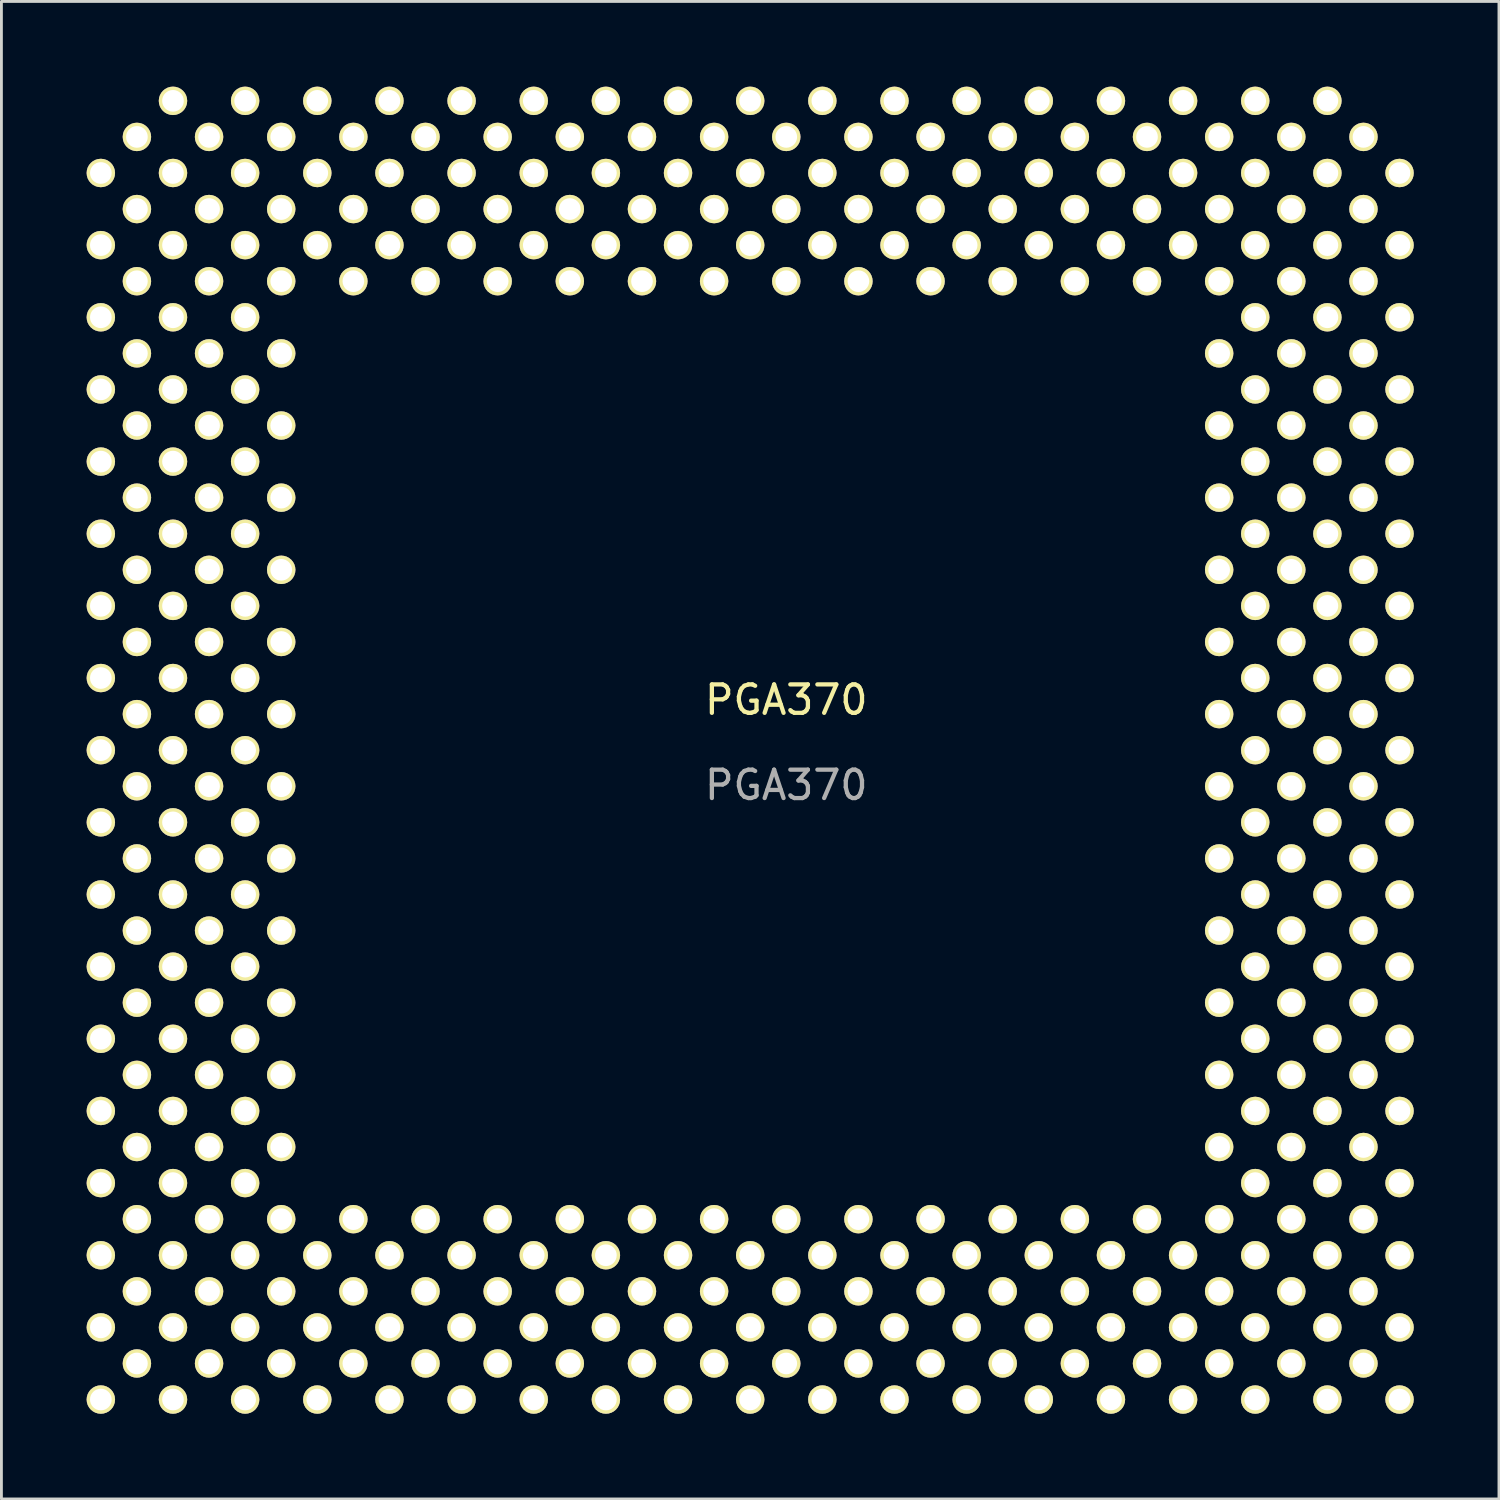
<source format=kicad_pcb>
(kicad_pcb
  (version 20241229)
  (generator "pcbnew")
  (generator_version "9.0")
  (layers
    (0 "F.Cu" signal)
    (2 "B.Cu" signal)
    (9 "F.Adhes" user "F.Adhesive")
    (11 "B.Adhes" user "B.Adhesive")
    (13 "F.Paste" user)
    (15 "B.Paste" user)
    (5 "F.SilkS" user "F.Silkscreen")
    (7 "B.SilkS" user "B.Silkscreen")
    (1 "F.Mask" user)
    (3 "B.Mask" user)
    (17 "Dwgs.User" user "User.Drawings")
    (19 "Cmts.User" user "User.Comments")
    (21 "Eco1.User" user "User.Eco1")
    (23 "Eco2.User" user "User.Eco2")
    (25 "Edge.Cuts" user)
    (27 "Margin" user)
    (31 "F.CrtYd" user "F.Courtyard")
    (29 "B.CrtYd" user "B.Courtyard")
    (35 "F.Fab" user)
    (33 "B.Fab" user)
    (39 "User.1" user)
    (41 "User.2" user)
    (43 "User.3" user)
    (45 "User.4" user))
  (footprint "PGA370"
    (layer "F.Cu")
    (at 24.63 22.09)
    (property "Reference" "PGA370" (at 0 -0.5 0) (unlocked yes) (layer "F.SilkS") (effects (font (size 1 1) (thickness 0.15))))
    (attr through_hole)
    (fp_text user "${REFERENCE}" (at 0 2.5 0) (unlocked yes) (layer "F.Fab") (effects (font (size 1 1) (thickness 0.15))))
    (pad "A3" thru_hole circle (at -24.13 -19.05) (size 1 1) (drill 0.762) (layers "*.Cu" "*.Mask" "F.SilkS"))
    (pad "A5" thru_hole circle (at -24.13 -16.51) (size 1 1) (drill 0.762) (layers "*.Cu" "*.Mask" "F.SilkS"))
    (pad "A7" thru_hole circle (at -24.13 -13.97) (size 1 1) (drill 0.762) (layers "*.Cu" "*.Mask" "F.SilkS"))
    (pad "A9" thru_hole circle (at -24.13 -11.43) (size 1 1) (drill 0.762) (layers "*.Cu" "*.Mask" "F.SilkS"))
    (pad "A11" thru_hole circle (at -24.13 -8.89) (size 1 1) (drill 0.762) (layers "*.Cu" "*.Mask" "F.SilkS"))
    (pad "A13" thru_hole circle (at -24.13 -6.35) (size 1 1) (drill 0.762) (layers "*.Cu" "*.Mask" "F.SilkS"))
    (pad "A15" thru_hole circle (at -24.13 -3.81) (size 1 1) (drill 0.762) (layers "*.Cu" "*.Mask" "F.SilkS"))
    (pad "A17" thru_hole circle (at -24.13 -1.27) (size 1 1) (drill 0.762) (layers "*.Cu" "*.Mask" "F.SilkS"))
    (pad "A19" thru_hole circle (at -24.13 1.27) (size 1 1) (drill 0.762) (layers "*.Cu" "*.Mask" "F.SilkS"))
    (pad "A21" thru_hole circle (at -24.13 3.81) (size 1 1) (drill 0.762) (layers "*.Cu" "*.Mask" "F.SilkS"))
    (pad "A23" thru_hole circle (at -24.13 6.35) (size 1 1) (drill 0.762) (layers "*.Cu" "*.Mask" "F.SilkS"))
    (pad "A25" thru_hole circle (at -24.13 8.89) (size 1 1) (drill 0.762) (layers "*.Cu" "*.Mask" "F.SilkS"))
    (pad "A27" thru_hole circle (at -24.13 11.43) (size 1 1) (drill 0.762) (layers "*.Cu" "*.Mask" "F.SilkS"))
    (pad "A29" thru_hole circle (at -24.13 13.97) (size 1 1) (drill 0.762) (layers "*.Cu" "*.Mask" "F.SilkS"))
    (pad "A31" thru_hole circle (at -24.13 16.51) (size 1 1) (drill 0.762) (layers "*.Cu" "*.Mask" "F.SilkS"))
    (pad "A33" thru_hole circle (at -24.13 19.05) (size 1 1) (drill 0.762) (layers "*.Cu" "*.Mask" "F.SilkS"))
    (pad "A35" thru_hole circle (at -24.13 21.59) (size 1 1) (drill 0.762) (layers "*.Cu" "*.Mask" "F.SilkS"))
    (pad "A37" thru_hole circle (at -24.13 24.13) (size 1 1) (drill 0.762) (layers "*.Cu" "*.Mask" "F.SilkS"))
    (pad "A71" thru_hole circle (at -19.05 21.59) (size 1 1) (drill 0.762) (layers "*.Cu" "*.Mask" "F.SilkS"))
    (pad "AA1" thru_hole circle (at 6.35 -21.59) (size 1 1) (drill 0.762) (layers "*.Cu" "*.Mask" "F.SilkS"))
    (pad "AA3" thru_hole circle (at 6.35 -19.05) (size 1 1) (drill 0.762) (layers "*.Cu" "*.Mask" "F.SilkS"))
    (pad "AA5" thru_hole circle (at 6.35 -16.51) (size 1 1) (drill 0.762) (layers "*.Cu" "*.Mask" "F.SilkS"))
    (pad "AA33" thru_hole circle (at 6.35 19.05) (size 1 1) (drill 0.762) (layers "*.Cu" "*.Mask" "F.SilkS"))
    (pad "AA35" thru_hole circle (at 6.35 21.59) (size 1 1) (drill 0.762) (layers "*.Cu" "*.Mask" "F.SilkS"))
    (pad "AA37" thru_hole circle (at 6.35 24.13) (size 1 1) (drill 0.762) (layers "*.Cu" "*.Mask" "F.SilkS"))
    (pad "AB2" thru_hole circle (at 7.62 -20.32) (size 1 1) (drill 0.762) (layers "*.Cu" "*.Mask" "F.SilkS"))
    (pad "AB4" thru_hole circle (at 7.62 -17.78) (size 1 1) (drill 0.762) (layers "*.Cu" "*.Mask" "F.SilkS"))
    (pad "AB6" thru_hole circle (at 7.62 -15.24) (size 1 1) (drill 0.762) (layers "*.Cu" "*.Mask" "F.SilkS"))
    (pad "AB32" thru_hole circle (at 7.62 17.78) (size 1 1) (drill 0.762) (layers "*.Cu" "*.Mask" "F.SilkS"))
    (pad "AB34" thru_hole circle (at 7.62 20.32) (size 1 1) (drill 0.762) (layers "*.Cu" "*.Mask" "F.SilkS"))
    (pad "AB36" thru_hole circle (at 7.62 22.86) (size 1 1) (drill 0.762) (layers "*.Cu" "*.Mask" "F.SilkS"))
    (pad "AC1" thru_hole circle (at 8.89 -21.59) (size 1 1) (drill 0.762) (layers "*.Cu" "*.Mask" "F.SilkS"))
    (pad "AC3" thru_hole circle (at 8.89 -19.05) (size 1 1) (drill 0.762) (layers "*.Cu" "*.Mask" "F.SilkS"))
    (pad "AC5" thru_hole circle (at 8.89 -16.51) (size 1 1) (drill 0.762) (layers "*.Cu" "*.Mask" "F.SilkS"))
    (pad "AC33" thru_hole circle (at 8.89 19.05) (size 1 1) (drill 0.762) (layers "*.Cu" "*.Mask" "F.SilkS"))
    (pad "AC35" thru_hole circle (at 8.89 21.59) (size 1 1) (drill 0.762) (layers "*.Cu" "*.Mask" "F.SilkS"))
    (pad "AC37" thru_hole circle (at 8.89 24.13) (size 1 1) (drill 0.762) (layers "*.Cu" "*.Mask" "F.SilkS"))
    (pad "AD2" thru_hole circle (at 10.16 -20.32) (size 1 1) (drill 0.762) (layers "*.Cu" "*.Mask" "F.SilkS"))
    (pad "AD4" thru_hole circle (at 10.16 -17.78) (size 1 1) (drill 0.762) (layers "*.Cu" "*.Mask" "F.SilkS"))
    (pad "AD6" thru_hole circle (at 10.16 -15.24) (size 1 1) (drill 0.762) (layers "*.Cu" "*.Mask" "F.SilkS"))
    (pad "AD32" thru_hole circle (at 10.16 17.78) (size 1 1) (drill 0.762) (layers "*.Cu" "*.Mask" "F.SilkS"))
    (pad "AD34" thru_hole circle (at 10.16 20.32) (size 1 1) (drill 0.762) (layers "*.Cu" "*.Mask" "F.SilkS"))
    (pad "AD36" thru_hole circle (at 10.16 22.86) (size 1 1) (drill 0.762) (layers "*.Cu" "*.Mask" "F.SilkS"))
    (pad "AE1" thru_hole circle (at 11.43 -21.59) (size 1 1) (drill 0.762) (layers "*.Cu" "*.Mask" "F.SilkS"))
    (pad "AE3" thru_hole circle (at 11.43 -19.05) (size 1 1) (drill 0.762) (layers "*.Cu" "*.Mask" "F.SilkS"))
    (pad "AE5" thru_hole circle (at 11.43 -16.51) (size 1 1) (drill 0.762) (layers "*.Cu" "*.Mask" "F.SilkS"))
    (pad "AE33" thru_hole circle (at 11.43 19.05) (size 1 1) (drill 0.762) (layers "*.Cu" "*.Mask" "F.SilkS"))
    (pad "AE34" thru_hole circle (at 11.43 21.59) (size 1 1) (drill 0.762) (layers "*.Cu" "*.Mask" "F.SilkS"))
    (pad "AE36" thru_hole circle (at 11.43 24.13) (size 1 1) (drill 0.762) (layers "*.Cu" "*.Mask" "F.SilkS"))
    (pad "AF2" thru_hole circle (at 12.7 -20.32) (size 1 1) (drill 0.762) (layers "*.Cu" "*.Mask" "F.SilkS"))
    (pad "AF4" thru_hole circle (at 12.7 -17.78) (size 1 1) (drill 0.762) (layers "*.Cu" "*.Mask" "F.SilkS"))
    (pad "AF6" thru_hole circle (at 12.7 -15.24) (size 1 1) (drill 0.762) (layers "*.Cu" "*.Mask" "F.SilkS"))
    (pad "AF32" thru_hole circle (at 12.7 17.78) (size 1 1) (drill 0.762) (layers "*.Cu" "*.Mask" "F.SilkS"))
    (pad "AF34" thru_hole circle (at 12.7 20.32) (size 1 1) (drill 0.762) (layers "*.Cu" "*.Mask" "F.SilkS"))
    (pad "AF36" thru_hole circle (at 12.7 22.86) (size 1 1) (drill 0.762) (layers "*.Cu" "*.Mask" "F.SilkS"))
    (pad "AG1" thru_hole circle (at 13.97 -21.59) (size 1 1) (drill 0.762) (layers "*.Cu" "*.Mask" "F.SilkS"))
    (pad "AG3" thru_hole circle (at 13.97 -19.05) (size 1 1) (drill 0.762) (layers "*.Cu" "*.Mask" "F.SilkS"))
    (pad "AG5" thru_hole circle (at 13.97 -16.51) (size 1 1) (drill 0.762) (layers "*.Cu" "*.Mask" "F.SilkS"))
    (pad "AG33" thru_hole circle (at 13.97 19.05) (size 1 1) (drill 0.762) (layers "*.Cu" "*.Mask" "F.SilkS"))
    (pad "AG35" thru_hole circle (at 13.97 21.59) (size 1 1) (drill 0.762) (layers "*.Cu" "*.Mask" "F.SilkS"))
    (pad "AG37" thru_hole circle (at 13.97 24.13) (size 1 1) (drill 0.762) (layers "*.Cu" "*.Mask" "F.SilkS"))
    (pad "AH2" thru_hole circle (at 15.24 -20.32) (size 1 1) (drill 0.762) (layers "*.Cu" "*.Mask" "F.SilkS"))
    (pad "AH4" thru_hole circle (at 15.24 -17.78) (size 1 1) (drill 0.762) (layers "*.Cu" "*.Mask" "F.SilkS"))
    (pad "AH6" thru_hole circle (at 15.24 -15.24) (size 1 1) (drill 0.762) (layers "*.Cu" "*.Mask" "F.SilkS"))
    (pad "AH8" thru_hole circle (at 15.24 -12.7) (size 1 1) (drill 0.762) (layers "*.Cu" "*.Mask" "F.SilkS"))
    (pad "AH10" thru_hole circle (at 15.24 -10.16) (size 1 1) (drill 0.762) (layers "*.Cu" "*.Mask" "F.SilkS"))
    (pad "AH12" thru_hole circle (at 15.24 -7.62) (size 1 1) (drill 0.762) (layers "*.Cu" "*.Mask" "F.SilkS"))
    (pad "AH14" thru_hole circle (at 15.24 -5.08) (size 1 1) (drill 0.762) (layers "*.Cu" "*.Mask" "F.SilkS"))
    (pad "AH16" thru_hole circle (at 15.24 -2.54) (size 1 1) (drill 0.762) (layers "*.Cu" "*.Mask" "F.SilkS"))
    (pad "AH18" thru_hole circle (at 15.24 0) (size 1 1) (drill 0.762) (layers "*.Cu" "*.Mask" "F.SilkS"))
    (pad "AH20" thru_hole circle (at 15.24 2.54) (size 1 1) (drill 0.762) (layers "*.Cu" "*.Mask" "F.SilkS"))
    (pad "AH22" thru_hole circle (at 15.24 5.08) (size 1 1) (drill 0.762) (layers "*.Cu" "*.Mask" "F.SilkS"))
    (pad "AH24" thru_hole circle (at 15.24 7.62) (size 1 1) (drill 0.762) (layers "*.Cu" "*.Mask" "F.SilkS"))
    (pad "AH26" thru_hole circle (at 15.24 10.16) (size 1 1) (drill 0.762) (layers "*.Cu" "*.Mask" "F.SilkS"))
    (pad "AH28" thru_hole circle (at 15.24 12.7) (size 1 1) (drill 0.762) (layers "*.Cu" "*.Mask" "F.SilkS"))
    (pad "AH30" thru_hole circle (at 15.24 15.24) (size 1 1) (drill 0.762) (layers "*.Cu" "*.Mask" "F.SilkS"))
    (pad "AH32" thru_hole circle (at 15.24 17.78) (size 1 1) (drill 0.762) (layers "*.Cu" "*.Mask" "F.SilkS"))
    (pad "AH34" thru_hole circle (at 15.24 20.32) (size 1 1) (drill 0.762) (layers "*.Cu" "*.Mask" "F.SilkS"))
    (pad "AH36" thru_hole circle (at 15.24 22.86) (size 1 1) (drill 0.762) (layers "*.Cu" "*.Mask" "F.SilkS"))
    (pad "AJ1" thru_hole circle (at 16.51 -21.59) (size 1 1) (drill 0.762) (layers "*.Cu" "*.Mask" "F.SilkS"))
    (pad "AJ3" thru_hole circle (at 16.51 -19.05) (size 1 1) (drill 0.762) (layers "*.Cu" "*.Mask" "F.SilkS"))
    (pad "AJ5" thru_hole circle (at 16.51 -16.51) (size 1 1) (drill 0.762) (layers "*.Cu" "*.Mask" "F.SilkS"))
    (pad "AJ7" thru_hole circle (at 16.51 -13.97) (size 1 1) (drill 0.762) (layers "*.Cu" "*.Mask" "F.SilkS"))
    (pad "AJ9" thru_hole circle (at 16.51 -11.43) (size 1 1) (drill 0.762) (layers "*.Cu" "*.Mask" "F.SilkS"))
    (pad "AJ11" thru_hole circle (at 16.51 -8.89) (size 1 1) (drill 0.762) (layers "*.Cu" "*.Mask" "F.SilkS"))
    (pad "AJ13" thru_hole circle (at 16.51 -6.35) (size 1 1) (drill 0.762) (layers "*.Cu" "*.Mask" "F.SilkS"))
    (pad "AJ15" thru_hole circle (at 16.51 -3.81) (size 1 1) (drill 0.762) (layers "*.Cu" "*.Mask" "F.SilkS"))
    (pad "AJ17" thru_hole circle (at 16.51 -1.27) (size 1 1) (drill 0.762) (layers "*.Cu" "*.Mask" "F.SilkS"))
    (pad "AJ19" thru_hole circle (at 16.51 1.27) (size 1 1) (drill 0.762) (layers "*.Cu" "*.Mask" "F.SilkS"))
    (pad "AJ21" thru_hole circle (at 16.51 3.81) (size 1 1) (drill 0.762) (layers "*.Cu" "*.Mask" "F.SilkS"))
    (pad "AJ23" thru_hole circle (at 16.51 6.35) (size 1 1) (drill 0.762) (layers "*.Cu" "*.Mask" "F.SilkS"))
    (pad "AJ25" thru_hole circle (at 16.51 8.89) (size 1 1) (drill 0.762) (layers "*.Cu" "*.Mask" "F.SilkS"))
    (pad "AJ27" thru_hole circle (at 16.51 11.43) (size 1 1) (drill 0.762) (layers "*.Cu" "*.Mask" "F.SilkS"))
    (pad "AJ29" thru_hole circle (at 16.51 13.97) (size 1 1) (drill 0.762) (layers "*.Cu" "*.Mask" "F.SilkS"))
    (pad "AJ31" thru_hole circle (at 16.51 16.51) (size 1 1) (drill 0.762) (layers "*.Cu" "*.Mask" "F.SilkS"))
    (pad "AJ33" thru_hole circle (at 16.51 19.05) (size 1 1) (drill 0.762) (layers "*.Cu" "*.Mask" "F.SilkS"))
    (pad "AJ35" thru_hole circle (at 16.51 21.59) (size 1 1) (drill 0.762) (layers "*.Cu" "*.Mask" "F.SilkS"))
    (pad "AJ37" thru_hole circle (at 16.51 24.13) (size 1 1) (drill 0.762) (layers "*.Cu" "*.Mask" "F.SilkS"))
    (pad "AK2" thru_hole circle (at 17.78 -20.32) (size 1 1) (drill 0.762) (layers "*.Cu" "*.Mask" "F.SilkS"))
    (pad "AK4" thru_hole circle (at 17.78 -17.78) (size 1 1) (drill 0.762) (layers "*.Cu" "*.Mask" "F.SilkS"))
    (pad "AK6" thru_hole circle (at 17.78 -15.24) (size 1 1) (drill 0.762) (layers "*.Cu" "*.Mask" "F.SilkS"))
    (pad "AK8" thru_hole circle (at 17.78 -12.7) (size 1 1) (drill 0.762) (layers "*.Cu" "*.Mask" "F.SilkS"))
    (pad "AK10" thru_hole circle (at 17.78 -10.16) (size 1 1) (drill 0.762) (layers "*.Cu" "*.Mask" "F.SilkS"))
    (pad "AK12" thru_hole circle (at 17.78 -7.62) (size 1 1) (drill 0.762) (layers "*.Cu" "*.Mask" "F.SilkS"))
    (pad "AK14" thru_hole circle (at 17.78 -5.08) (size 1 1) (drill 0.762) (layers "*.Cu" "*.Mask" "F.SilkS"))
    (pad "AK16" thru_hole circle (at 17.78 -2.54) (size 1 1) (drill 0.762) (layers "*.Cu" "*.Mask" "F.SilkS"))
    (pad "AK18" thru_hole circle (at 17.78 0) (size 1 1) (drill 0.762) (layers "*.Cu" "*.Mask" "F.SilkS"))
    (pad "AK20" thru_hole circle (at 17.78 2.54) (size 1 1) (drill 0.762) (layers "*.Cu" "*.Mask" "F.SilkS"))
    (pad "AK22" thru_hole circle (at 17.78 5.08) (size 1 1) (drill 0.762) (layers "*.Cu" "*.Mask" "F.SilkS"))
    (pad "AK24" thru_hole circle (at 17.78 7.62) (size 1 1) (drill 0.762) (layers "*.Cu" "*.Mask" "F.SilkS"))
    (pad "AK26" thru_hole circle (at 17.78 10.16) (size 1 1) (drill 0.762) (layers "*.Cu" "*.Mask" "F.SilkS"))
    (pad "AK28" thru_hole circle (at 17.78 12.7) (size 1 1) (drill 0.762) (layers "*.Cu" "*.Mask" "F.SilkS"))
    (pad "AK30" thru_hole circle (at 17.78 15.24) (size 1 1) (drill 0.762) (layers "*.Cu" "*.Mask" "F.SilkS"))
    (pad "AK32" thru_hole circle (at 17.78 17.78) (size 1 1) (drill 0.762) (layers "*.Cu" "*.Mask" "F.SilkS"))
    (pad "AK34" thru_hole circle (at 17.78 20.32) (size 1 1) (drill 0.762) (layers "*.Cu" "*.Mask" "F.SilkS"))
    (pad "AK36" thru_hole circle (at 17.78 22.86) (size 1 1) (drill 0.762) (layers "*.Cu" "*.Mask" "F.SilkS"))
    (pad "AL1" thru_hole circle (at 19.05 -21.59) (size 1 1) (drill 0.762) (layers "*.Cu" "*.Mask" "F.SilkS"))
    (pad "AL3" thru_hole circle (at 19.05 -19.05) (size 1 1) (drill 0.762) (layers "*.Cu" "*.Mask" "F.SilkS"))
    (pad "AL5" thru_hole circle (at 19.05 -16.51) (size 1 1) (drill 0.762) (layers "*.Cu" "*.Mask" "F.SilkS"))
    (pad "AL7" thru_hole circle (at 19.05 -13.97) (size 1 1) (drill 0.762) (layers "*.Cu" "*.Mask" "F.SilkS"))
    (pad "AL9" thru_hole circle (at 19.05 -11.43) (size 1 1) (drill 0.762) (layers "*.Cu" "*.Mask" "F.SilkS"))
    (pad "AL11" thru_hole circle (at 19.05 -8.89) (size 1 1) (drill 0.762) (layers "*.Cu" "*.Mask" "F.SilkS"))
    (pad "AL13" thru_hole circle (at 19.05 -6.35) (size 1 1) (drill 0.762) (layers "*.Cu" "*.Mask" "F.SilkS"))
    (pad "AL15" thru_hole circle (at 19.05 -3.81) (size 1 1) (drill 0.762) (layers "*.Cu" "*.Mask" "F.SilkS"))
    (pad "AL17" thru_hole circle (at 19.05 -1.27) (size 1 1) (drill 0.762) (layers "*.Cu" "*.Mask" "F.SilkS"))
    (pad "AL19" thru_hole circle (at 19.05 1.27) (size 1 1) (drill 0.762) (layers "*.Cu" "*.Mask" "F.SilkS"))
    (pad "AL21" thru_hole circle (at 19.05 3.81) (size 1 1) (drill 0.762) (layers "*.Cu" "*.Mask" "F.SilkS"))
    (pad "AL23" thru_hole circle (at 19.05 6.35) (size 1 1) (drill 0.762) (layers "*.Cu" "*.Mask" "F.SilkS"))
    (pad "AL25" thru_hole circle (at 19.05 8.89) (size 1 1) (drill 0.762) (layers "*.Cu" "*.Mask" "F.SilkS"))
    (pad "AL27" thru_hole circle (at 19.05 11.43) (size 1 1) (drill 0.762) (layers "*.Cu" "*.Mask" "F.SilkS"))
    (pad "AL29" thru_hole circle (at 19.05 13.97) (size 1 1) (drill 0.762) (layers "*.Cu" "*.Mask" "F.SilkS"))
    (pad "AL31" thru_hole circle (at 19.05 16.51) (size 1 1) (drill 0.762) (layers "*.Cu" "*.Mask" "F.SilkS"))
    (pad "AL33" thru_hole circle (at 19.05 19.05) (size 1 1) (drill 0.762) (layers "*.Cu" "*.Mask" "F.SilkS"))
    (pad "AL35" thru_hole circle (at 19.05 21.59) (size 1 1) (drill 0.762) (layers "*.Cu" "*.Mask" "F.SilkS"))
    (pad "AL37" thru_hole circle (at 19.05 24.13) (size 1 1) (drill 0.762) (layers "*.Cu" "*.Mask" "F.SilkS"))
    (pad "AM2" thru_hole circle (at 20.32 -20.32) (size 1 1) (drill 0.762) (layers "*.Cu" "*.Mask" "F.SilkS"))
    (pad "AM4" thru_hole circle (at 20.32 -17.78) (size 1 1) (drill 0.762) (layers "*.Cu" "*.Mask" "F.SilkS"))
    (pad "AM6" thru_hole circle (at 20.32 -15.24) (size 1 1) (drill 0.762) (layers "*.Cu" "*.Mask" "F.SilkS"))
    (pad "AM8" thru_hole circle (at 20.32 -12.7) (size 1 1) (drill 0.762) (layers "*.Cu" "*.Mask" "F.SilkS"))
    (pad "AM10" thru_hole circle (at 20.32 -10.16) (size 1 1) (drill 0.762) (layers "*.Cu" "*.Mask" "F.SilkS"))
    (pad "AM12" thru_hole circle (at 20.32 -7.62) (size 1 1) (drill 0.762) (layers "*.Cu" "*.Mask" "F.SilkS"))
    (pad "AM14" thru_hole circle (at 20.32 -5.08) (size 1 1) (drill 0.762) (layers "*.Cu" "*.Mask" "F.SilkS"))
    (pad "AM16" thru_hole circle (at 20.32 -2.54) (size 1 1) (drill 0.762) (layers "*.Cu" "*.Mask" "F.SilkS"))
    (pad "AM18" thru_hole circle (at 20.32 0) (size 1 1) (drill 0.762) (layers "*.Cu" "*.Mask" "F.SilkS"))
    (pad "AM20" thru_hole circle (at 20.32 2.54) (size 1 1) (drill 0.762) (layers "*.Cu" "*.Mask" "F.SilkS"))
    (pad "AM22" thru_hole circle (at 20.32 5.08) (size 1 1) (drill 0.762) (layers "*.Cu" "*.Mask" "F.SilkS"))
    (pad "AM24" thru_hole circle (at 20.32 7.62) (size 1 1) (drill 0.762) (layers "*.Cu" "*.Mask" "F.SilkS"))
    (pad "AM26" thru_hole circle (at 20.32 10.16) (size 1 1) (drill 0.762) (layers "*.Cu" "*.Mask" "F.SilkS"))
    (pad "AM28" thru_hole circle (at 20.32 12.7) (size 1 1) (drill 0.762) (layers "*.Cu" "*.Mask" "F.SilkS"))
    (pad "AM30" thru_hole circle (at 20.32 15.24) (size 1 1) (drill 0.762) (layers "*.Cu" "*.Mask" "F.SilkS"))
    (pad "AM32" thru_hole circle (at 20.32 17.78) (size 1 1) (drill 0.762) (layers "*.Cu" "*.Mask" "F.SilkS"))
    (pad "AM34" thru_hole circle (at 20.32 20.32) (size 1 1) (drill 0.762) (layers "*.Cu" "*.Mask" "F.SilkS"))
    (pad "AM36" thru_hole circle (at 20.32 22.86) (size 1 1) (drill 0.762) (layers "*.Cu" "*.Mask" "F.SilkS"))
    (pad "AN3" thru_hole circle (at 21.59 -19.05) (size 1 1) (drill 0.762) (layers "*.Cu" "*.Mask" "F.SilkS"))
    (pad "AN5" thru_hole circle (at 21.59 -16.51) (size 1 1) (drill 0.762) (layers "*.Cu" "*.Mask" "F.SilkS"))
    (pad "AN7" thru_hole circle (at 21.59 -13.97) (size 1 1) (drill 0.762) (layers "*.Cu" "*.Mask" "F.SilkS"))
    (pad "AN9" thru_hole circle (at 21.59 -11.43) (size 1 1) (drill 0.762) (layers "*.Cu" "*.Mask" "F.SilkS"))
    (pad "AN11" thru_hole circle (at 21.59 -8.89) (size 1 1) (drill 0.762) (layers "*.Cu" "*.Mask" "F.SilkS"))
    (pad "AN13" thru_hole circle (at 21.59 -6.35) (size 1 1) (drill 0.762) (layers "*.Cu" "*.Mask" "F.SilkS"))
    (pad "AN15" thru_hole circle (at 21.59 -3.81) (size 1 1) (drill 0.762) (layers "*.Cu" "*.Mask" "F.SilkS"))
    (pad "AN17" thru_hole circle (at 21.59 -1.27) (size 1 1) (drill 0.762) (layers "*.Cu" "*.Mask" "F.SilkS"))
    (pad "AN19" thru_hole circle (at 21.59 1.27) (size 1 1) (drill 0.762) (layers "*.Cu" "*.Mask" "F.SilkS"))
    (pad "AN21" thru_hole circle (at 21.59 3.81) (size 1 1) (drill 0.762) (layers "*.Cu" "*.Mask" "F.SilkS"))
    (pad "AN23" thru_hole circle (at 21.59 6.35) (size 1 1) (drill 0.762) (layers "*.Cu" "*.Mask" "F.SilkS"))
    (pad "AN25" thru_hole circle (at 21.59 8.89) (size 1 1) (drill 0.762) (layers "*.Cu" "*.Mask" "F.SilkS"))
    (pad "AN27" thru_hole circle (at 21.59 11.43) (size 1 1) (drill 0.762) (layers "*.Cu" "*.Mask" "F.SilkS"))
    (pad "AN29" thru_hole circle (at 21.59 13.97) (size 1 1) (drill 0.762) (layers "*.Cu" "*.Mask" "F.SilkS"))
    (pad "AN31" thru_hole circle (at 21.59 16.51) (size 1 1) (drill 0.762) (layers "*.Cu" "*.Mask" "F.SilkS"))
    (pad "AN33" thru_hole circle (at 21.59 19.05) (size 1 1) (drill 0.762) (layers "*.Cu" "*.Mask" "F.SilkS"))
    (pad "AN35" thru_hole circle (at 21.59 21.59) (size 1 1) (drill 0.762) (layers "*.Cu" "*.Mask" "F.SilkS"))
    (pad "AN37" thru_hole circle (at 21.59 24.13) (size 1 1) (drill 0.762) (layers "*.Cu" "*.Mask" "F.SilkS"))
    (pad "B2" thru_hole circle (at -22.86 -20.32) (size 1 1) (drill 0.762) (layers "*.Cu" "*.Mask" "F.SilkS"))
    (pad "B4" thru_hole circle (at -22.86 -17.78) (size 1 1) (drill 0.762) (layers "*.Cu" "*.Mask" "F.SilkS"))
    (pad "B6" thru_hole circle (at -22.86 -15.24) (size 1 1) (drill 0.762) (layers "*.Cu" "*.Mask" "F.SilkS"))
    (pad "B8" thru_hole circle (at -22.86 -12.7) (size 1 1) (drill 0.762) (layers "*.Cu" "*.Mask" "F.SilkS"))
    (pad "B10" thru_hole circle (at -22.86 -10.16) (size 1 1) (drill 0.762) (layers "*.Cu" "*.Mask" "F.SilkS"))
    (pad "B12" thru_hole circle (at -22.86 -7.62) (size 1 1) (drill 0.762) (layers "*.Cu" "*.Mask" "F.SilkS"))
    (pad "B14" thru_hole circle (at -22.86 -5.08) (size 1 1) (drill 0.762) (layers "*.Cu" "*.Mask" "F.SilkS"))
    (pad "B16" thru_hole circle (at -22.86 -2.54) (size 1 1) (drill 0.762) (layers "*.Cu" "*.Mask" "F.SilkS"))
    (pad "B18" thru_hole circle (at -22.86 0) (size 1 1) (drill 0.762) (layers "*.Cu" "*.Mask" "F.SilkS"))
    (pad "B20" thru_hole circle (at -22.86 2.54) (size 1 1) (drill 0.762) (layers "*.Cu" "*.Mask" "F.SilkS"))
    (pad "B22" thru_hole circle (at -22.86 5.08) (size 1 1) (drill 0.762) (layers "*.Cu" "*.Mask" "F.SilkS"))
    (pad "B24" thru_hole circle (at -22.86 7.62) (size 1 1) (drill 0.762) (layers "*.Cu" "*.Mask" "F.SilkS"))
    (pad "B26" thru_hole circle (at -22.86 10.16) (size 1 1) (drill 0.762) (layers "*.Cu" "*.Mask" "F.SilkS"))
    (pad "B28" thru_hole circle (at -22.86 12.7) (size 1 1) (drill 0.762) (layers "*.Cu" "*.Mask" "F.SilkS"))
    (pad "B30" thru_hole circle (at -22.86 15.24) (size 1 1) (drill 0.762) (layers "*.Cu" "*.Mask" "F.SilkS"))
    (pad "B32" thru_hole circle (at -22.86 17.78) (size 1 1) (drill 0.762) (layers "*.Cu" "*.Mask" "F.SilkS"))
    (pad "B34" thru_hole circle (at -22.86 20.32) (size 1 1) (drill 0.762) (layers "*.Cu" "*.Mask" "F.SilkS"))
    (pad "B36" thru_hole circle (at -22.86 22.86) (size 1 1) (drill 0.762) (layers "*.Cu" "*.Mask" "F.SilkS"))
    (pad "C1" thru_hole circle (at -21.59 -21.59) (size 1 1) (drill 0.762) (layers "*.Cu" "*.Mask" "F.SilkS"))
    (pad "C3" thru_hole circle (at -21.59 -19.05) (size 1 1) (drill 0.762) (layers "*.Cu" "*.Mask" "F.SilkS"))
    (pad "C5" thru_hole circle (at -21.59 -16.51) (size 1 1) (drill 0.762) (layers "*.Cu" "*.Mask" "F.SilkS"))
    (pad "C7" thru_hole circle (at -21.59 -13.97) (size 1 1) (drill 0.762) (layers "*.Cu" "*.Mask" "F.SilkS"))
    (pad "C9" thru_hole circle (at -21.59 -11.43) (size 1 1) (drill 0.762) (layers "*.Cu" "*.Mask" "F.SilkS"))
    (pad "C11" thru_hole circle (at -21.59 -8.89) (size 1 1) (drill 0.762) (layers "*.Cu" "*.Mask" "F.SilkS"))
    (pad "C13" thru_hole circle (at -21.59 -6.35) (size 1 1) (drill 0.762) (layers "*.Cu" "*.Mask" "F.SilkS"))
    (pad "C15" thru_hole circle (at -21.59 -3.81) (size 1 1) (drill 0.762) (layers "*.Cu" "*.Mask" "F.SilkS"))
    (pad "C17" thru_hole circle (at -21.59 -1.27) (size 1 1) (drill 0.762) (layers "*.Cu" "*.Mask" "F.SilkS"))
    (pad "C19" thru_hole circle (at -21.59 1.27) (size 1 1) (drill 0.762) (layers "*.Cu" "*.Mask" "F.SilkS"))
    (pad "C21" thru_hole circle (at -21.59 3.81) (size 1 1) (drill 0.762) (layers "*.Cu" "*.Mask" "F.SilkS"))
    (pad "C23" thru_hole circle (at -21.59 6.35) (size 1 1) (drill 0.762) (layers "*.Cu" "*.Mask" "F.SilkS"))
    (pad "C25" thru_hole circle (at -21.59 8.89) (size 1 1) (drill 0.762) (layers "*.Cu" "*.Mask" "F.SilkS"))
    (pad "C27" thru_hole circle (at -21.59 11.43) (size 1 1) (drill 0.762) (layers "*.Cu" "*.Mask" "F.SilkS"))
    (pad "C29" thru_hole circle (at -21.59 13.97) (size 1 1) (drill 0.762) (layers "*.Cu" "*.Mask" "F.SilkS"))
    (pad "C31" thru_hole circle (at -21.59 16.51) (size 1 1) (drill 0.762) (layers "*.Cu" "*.Mask" "F.SilkS"))
    (pad "C33" thru_hole circle (at -21.59 19.05) (size 1 1) (drill 0.762) (layers "*.Cu" "*.Mask" "F.SilkS"))
    (pad "C35" thru_hole circle (at -21.59 21.59) (size 1 1) (drill 0.762) (layers "*.Cu" "*.Mask" "F.SilkS"))
    (pad "C37" thru_hole circle (at -21.59 24.13) (size 1 1) (drill 0.762) (layers "*.Cu" "*.Mask" "F.SilkS"))
    (pad "D2" thru_hole circle (at -20.32 -20.32) (size 1 1) (drill 0.762) (layers "*.Cu" "*.Mask" "F.SilkS"))
    (pad "D4" thru_hole circle (at -20.32 -17.78) (size 1 1) (drill 0.762) (layers "*.Cu" "*.Mask" "F.SilkS"))
    (pad "D6" thru_hole circle (at -20.32 -15.24) (size 1 1) (drill 0.762) (layers "*.Cu" "*.Mask" "F.SilkS"))
    (pad "D8" thru_hole circle (at -20.32 -12.7) (size 1 1) (drill 0.762) (layers "*.Cu" "*.Mask" "F.SilkS"))
    (pad "D10" thru_hole circle (at -20.32 -10.16) (size 1 1) (drill 0.762) (layers "*.Cu" "*.Mask" "F.SilkS"))
    (pad "D12" thru_hole circle (at -20.32 -7.62) (size 1 1) (drill 0.762) (layers "*.Cu" "*.Mask" "F.SilkS"))
    (pad "D14" thru_hole circle (at -20.32 -5.08) (size 1 1) (drill 0.762) (layers "*.Cu" "*.Mask" "F.SilkS"))
    (pad "D16" thru_hole circle (at -20.32 -2.54) (size 1 1) (drill 0.762) (layers "*.Cu" "*.Mask" "F.SilkS"))
    (pad "D18" thru_hole circle (at -20.32 0) (size 1 1) (drill 0.762) (layers "*.Cu" "*.Mask" "F.SilkS"))
    (pad "D20" thru_hole circle (at -20.32 2.54) (size 1 1) (drill 0.762) (layers "*.Cu" "*.Mask" "F.SilkS"))
    (pad "D22" thru_hole circle (at -20.32 5.08) (size 1 1) (drill 0.762) (layers "*.Cu" "*.Mask" "F.SilkS"))
    (pad "D24" thru_hole circle (at -20.32 7.62) (size 1 1) (drill 0.762) (layers "*.Cu" "*.Mask" "F.SilkS"))
    (pad "D25" thru_hole circle (at -19.05 8.89) (size 1 1) (drill 0.762) (layers "*.Cu" "*.Mask" "F.SilkS"))
    (pad "D26" thru_hole circle (at -20.32 10.16) (size 1 1) (drill 0.762) (layers "*.Cu" "*.Mask" "F.SilkS"))
    (pad "D27" thru_hole circle (at -19.05 11.43) (size 1 1) (drill 0.762) (layers "*.Cu" "*.Mask" "F.SilkS"))
    (pad "D28" thru_hole circle (at -20.32 12.7) (size 1 1) (drill 0.762) (layers "*.Cu" "*.Mask" "F.SilkS"))
    (pad "D29" thru_hole circle (at -19.05 13.97) (size 1 1) (drill 0.762) (layers "*.Cu" "*.Mask" "F.SilkS"))
    (pad "D30" thru_hole circle (at -20.32 15.24) (size 1 1) (drill 0.762) (layers "*.Cu" "*.Mask" "F.SilkS"))
    (pad "D31" thru_hole circle (at -19.05 16.51) (size 1 1) (drill 0.762) (layers "*.Cu" "*.Mask" "F.SilkS"))
    (pad "D32" thru_hole circle (at -20.32 17.78) (size 1 1) (drill 0.762) (layers "*.Cu" "*.Mask" "F.SilkS"))
    (pad "D33" thru_hole circle (at -19.05 19.05) (size 1 1) (drill 0.762) (layers "*.Cu" "*.Mask" "F.SilkS"))
    (pad "D34" thru_hole circle (at -20.32 20.32) (size 1 1) (drill 0.762) (layers "*.Cu" "*.Mask" "F.SilkS"))
    (pad "D36" thru_hole circle (at -20.32 22.86) (size 1 1) (drill 0.762) (layers "*.Cu" "*.Mask" "F.SilkS"))
    (pad "E1" thru_hole circle (at -19.05 -21.59) (size 1 1) (drill 0.762) (layers "*.Cu" "*.Mask" "F.SilkS"))
    (pad "E3" thru_hole circle (at -19.05 -19.05) (size 1 1) (drill 0.762) (layers "*.Cu" "*.Mask" "F.SilkS"))
    (pad "E5" thru_hole circle (at -19.05 -16.51) (size 1 1) (drill 0.762) (layers "*.Cu" "*.Mask" "F.SilkS"))
    (pad "E7" thru_hole circle (at -19.05 -13.97) (size 1 1) (drill 0.762) (layers "*.Cu" "*.Mask" "F.SilkS"))
    (pad "E9" thru_hole circle (at -19.05 -11.43) (size 1 1) (drill 0.762) (layers "*.Cu" "*.Mask" "F.SilkS"))
    (pad "E11" thru_hole circle (at -19.05 -8.89) (size 1 1) (drill 0.762) (layers "*.Cu" "*.Mask" "F.SilkS"))
    (pad "E13" thru_hole circle (at -19.05 -6.35) (size 1 1) (drill 0.762) (layers "*.Cu" "*.Mask" "F.SilkS"))
    (pad "E15" thru_hole circle (at -19.05 -3.81) (size 1 1) (drill 0.762) (layers "*.Cu" "*.Mask" "F.SilkS"))
    (pad "E17" thru_hole circle (at -19.05 -1.27) (size 1 1) (drill 0.762) (layers "*.Cu" "*.Mask" "F.SilkS"))
    (pad "E19" thru_hole circle (at -19.05 1.27) (size 1 1) (drill 0.762) (layers "*.Cu" "*.Mask" "F.SilkS"))
    (pad "E21" thru_hole circle (at -19.05 3.81) (size 1 1) (drill 0.762) (layers "*.Cu" "*.Mask" "F.SilkS"))
    (pad "E23" thru_hole circle (at -19.05 6.35) (size 1 1) (drill 0.762) (layers "*.Cu" "*.Mask" "F.SilkS"))
    (pad "E37" thru_hole circle (at -19.05 24.13) (size 1 1) (drill 0.762) (layers "*.Cu" "*.Mask" "F.SilkS"))
    (pad "E147" thru_hole circle (at 2.54 -15.24) (size 1 1) (drill 0.762) (layers "*.Cu" "*.Mask" "F.SilkS"))
    (pad "E212" thru_hole circle (at 2.54 -17.78) (size 1 1) (drill 0.762) (layers "*.Cu" "*.Mask" "F.SilkS"))
    (pad "F2" thru_hole circle (at -17.78 -20.32) (size 1 1) (drill 0.762) (layers "*.Cu" "*.Mask" "F.SilkS"))
    (pad "F4" thru_hole circle (at -17.78 -17.78) (size 1 1) (drill 0.762) (layers "*.Cu" "*.Mask" "F.SilkS"))
    (pad "F6" thru_hole circle (at -17.78 -15.24) (size 1 1) (drill 0.762) (layers "*.Cu" "*.Mask" "F.SilkS"))
    (pad "F8" thru_hole circle (at -17.78 -12.7) (size 1 1) (drill 0.762) (layers "*.Cu" "*.Mask" "F.SilkS"))
    (pad "F10" thru_hole circle (at -17.78 -10.16) (size 1 1) (drill 0.762) (layers "*.Cu" "*.Mask" "F.SilkS"))
    (pad "F12" thru_hole circle (at -17.78 -7.62) (size 1 1) (drill 0.762) (layers "*.Cu" "*.Mask" "F.SilkS"))
    (pad "F14" thru_hole circle (at -17.78 -5.08) (size 1 1) (drill 0.762) (layers "*.Cu" "*.Mask" "F.SilkS"))
    (pad "F16" thru_hole circle (at -17.78 -2.54) (size 1 1) (drill 0.762) (layers "*.Cu" "*.Mask" "F.SilkS"))
    (pad "F18" thru_hole circle (at -17.78 0) (size 1 1) (drill 0.762) (layers "*.Cu" "*.Mask" "F.SilkS"))
    (pad "F20" thru_hole circle (at -17.78 2.54) (size 1 1) (drill 0.762) (layers "*.Cu" "*.Mask" "F.SilkS"))
    (pad "F22" thru_hole circle (at -17.78 5.08) (size 1 1) (drill 0.762) (layers "*.Cu" "*.Mask" "F.SilkS"))
    (pad "F24" thru_hole circle (at -17.78 7.62) (size 1 1) (drill 0.762) (layers "*.Cu" "*.Mask" "F.SilkS"))
    (pad "F26" thru_hole circle (at -17.78 10.16) (size 1 1) (drill 0.762) (layers "*.Cu" "*.Mask" "F.SilkS"))
    (pad "F28" thru_hole circle (at -17.78 12.7) (size 1 1) (drill 0.762) (layers "*.Cu" "*.Mask" "F.SilkS"))
    (pad "F30" thru_hole circle (at -17.78 15.24) (size 1 1) (drill 0.762) (layers "*.Cu" "*.Mask" "F.SilkS"))
    (pad "F32" thru_hole circle (at -17.78 17.78) (size 1 1) (drill 0.762) (layers "*.Cu" "*.Mask" "F.SilkS"))
    (pad "F34" thru_hole circle (at -17.78 20.32) (size 1 1) (drill 0.762) (layers "*.Cu" "*.Mask" "F.SilkS"))
    (pad "F36" thru_hole circle (at -17.78 22.86) (size 1 1) (drill 0.762) (layers "*.Cu" "*.Mask" "F.SilkS"))
    (pad "G1" thru_hole circle (at -16.51 -21.59) (size 1 1) (drill 0.762) (layers "*.Cu" "*.Mask" "F.SilkS"))
    (pad "G3" thru_hole circle (at -16.51 -19.05) (size 1 1) (drill 0.762) (layers "*.Cu" "*.Mask" "F.SilkS"))
    (pad "G5" thru_hole circle (at -16.51 -16.51) (size 1 1) (drill 0.762) (layers "*.Cu" "*.Mask" "F.SilkS"))
    (pad "G33" thru_hole circle (at -16.51 19.05) (size 1 1) (drill 0.762) (layers "*.Cu" "*.Mask" "F.SilkS"))
    (pad "G35" thru_hole circle (at -16.51 21.59) (size 1 1) (drill 0.762) (layers "*.Cu" "*.Mask" "F.SilkS"))
    (pad "G37" thru_hole circle (at -16.51 24.13) (size 1 1) (drill 0.762) (layers "*.Cu" "*.Mask" "F.SilkS"))
    (pad "H2" thru_hole circle (at -15.24 -20.32) (size 1 1) (drill 0.762) (layers "*.Cu" "*.Mask" "F.SilkS"))
    (pad "H4" thru_hole circle (at -15.24 -17.78) (size 1 1) (drill 0.762) (layers "*.Cu" "*.Mask" "F.SilkS"))
    (pad "H6" thru_hole circle (at -15.24 -15.24) (size 1 1) (drill 0.762) (layers "*.Cu" "*.Mask" "F.SilkS"))
    (pad "H32" thru_hole circle (at -15.24 17.78) (size 1 1) (drill 0.762) (layers "*.Cu" "*.Mask" "F.SilkS"))
    (pad "H34" thru_hole circle (at -15.24 20.32) (size 1 1) (drill 0.762) (layers "*.Cu" "*.Mask" "F.SilkS"))
    (pad "H36" thru_hole circle (at -15.24 22.86) (size 1 1) (drill 0.762) (layers "*.Cu" "*.Mask" "F.SilkS"))
    (pad "J1" thru_hole circle (at -13.97 -21.59) (size 1 1) (drill 0.762) (layers "*.Cu" "*.Mask" "F.SilkS"))
    (pad "J3" thru_hole circle (at -13.97 -19.05) (size 1 1) (drill 0.762) (layers "*.Cu" "*.Mask" "F.SilkS"))
    (pad "J5" thru_hole circle (at -13.97 -16.51) (size 1 1) (drill 0.762) (layers "*.Cu" "*.Mask" "F.SilkS"))
    (pad "J33" thru_hole circle (at -13.97 19.05) (size 1 1) (drill 0.762) (layers "*.Cu" "*.Mask" "F.SilkS"))
    (pad "J35" thru_hole circle (at -13.97 21.59) (size 1 1) (drill 0.762) (layers "*.Cu" "*.Mask" "F.SilkS"))
    (pad "J37" thru_hole circle (at -13.97 24.13) (size 1 1) (drill 0.762) (layers "*.Cu" "*.Mask" "F.SilkS"))
    (pad "K2" thru_hole circle (at -12.7 -20.32) (size 1 1) (drill 0.762) (layers "*.Cu" "*.Mask" "F.SilkS"))
    (pad "K4" thru_hole circle (at -12.7 -17.78) (size 1 1) (drill 0.762) (layers "*.Cu" "*.Mask" "F.SilkS"))
    (pad "K6" thru_hole circle (at -12.7 -15.24) (size 1 1) (drill 0.762) (layers "*.Cu" "*.Mask" "F.SilkS"))
    (pad "K32" thru_hole circle (at -12.7 17.78) (size 1 1) (drill 0.762) (layers "*.Cu" "*.Mask" "F.SilkS"))
    (pad "K34" thru_hole circle (at -12.7 20.32) (size 1 1) (drill 0.762) (layers "*.Cu" "*.Mask" "F.SilkS"))
    (pad "K36" thru_hole circle (at -12.7 22.86) (size 1 1) (drill 0.762) (layers "*.Cu" "*.Mask" "F.SilkS"))
    (pad "L1" thru_hole circle (at -11.43 -21.59) (size 1 1) (drill 0.762) (layers "*.Cu" "*.Mask" "F.SilkS"))
    (pad "L3" thru_hole circle (at -11.43 -19.05) (size 1 1) (drill 0.762) (layers "*.Cu" "*.Mask" "F.SilkS"))
    (pad "L5" thru_hole circle (at -11.43 -16.51) (size 1 1) (drill 0.762) (layers "*.Cu" "*.Mask" "F.SilkS"))
    (pad "L33" thru_hole circle (at -11.43 19.05) (size 1 1) (drill 0.762) (layers "*.Cu" "*.Mask" "F.SilkS"))
    (pad "L35" thru_hole circle (at -11.43 21.59) (size 1 1) (drill 0.762) (layers "*.Cu" "*.Mask" "F.SilkS"))
    (pad "L37" thru_hole circle (at -11.43 24.13) (size 1 1) (drill 0.762) (layers "*.Cu" "*.Mask" "F.SilkS"))
    (pad "M2" thru_hole circle (at -10.16 -20.32) (size 1 1) (drill 0.762) (layers "*.Cu" "*.Mask" "F.SilkS"))
    (pad "M4" thru_hole circle (at -10.16 -17.78) (size 1 1) (drill 0.762) (layers "*.Cu" "*.Mask" "F.SilkS"))
    (pad "M6" thru_hole circle (at -10.16 -15.24) (size 1 1) (drill 0.762) (layers "*.Cu" "*.Mask" "F.SilkS"))
    (pad "M32" thru_hole circle (at -10.16 17.78) (size 1 1) (drill 0.762) (layers "*.Cu" "*.Mask" "F.SilkS"))
    (pad "M34" thru_hole circle (at -10.16 20.32) (size 1 1) (drill 0.762) (layers "*.Cu" "*.Mask" "F.SilkS"))
    (pad "M36" thru_hole circle (at -10.16 22.86) (size 1 1) (drill 0.762) (layers "*.Cu" "*.Mask" "F.SilkS"))
    (pad "N1" thru_hole circle (at -8.89 -21.59) (size 1 1) (drill 0.762) (layers "*.Cu" "*.Mask" "F.SilkS"))
    (pad "N3" thru_hole circle (at -8.89 -19.05) (size 1 1) (drill 0.762) (layers "*.Cu" "*.Mask" "F.SilkS"))
    (pad "N5" thru_hole circle (at -8.89 -16.51) (size 1 1) (drill 0.762) (layers "*.Cu" "*.Mask" "F.SilkS"))
    (pad "N33" thru_hole circle (at -8.89 19.05) (size 1 1) (drill 0.762) (layers "*.Cu" "*.Mask" "F.SilkS"))
    (pad "N35" thru_hole circle (at -8.89 21.59) (size 1 1) (drill 0.762) (layers "*.Cu" "*.Mask" "F.SilkS"))
    (pad "N37" thru_hole circle (at -8.89 24.13) (size 1 1) (drill 0.762) (layers "*.Cu" "*.Mask" "F.SilkS"))
    (pad "P2" thru_hole circle (at -7.62 -20.32) (size 1 1) (drill 0.762) (layers "*.Cu" "*.Mask" "F.SilkS"))
    (pad "P4" thru_hole circle (at -7.62 -17.78) (size 1 1) (drill 0.762) (layers "*.Cu" "*.Mask" "F.SilkS"))
    (pad "P6" thru_hole circle (at -7.62 -15.24) (size 1 1) (drill 0.762) (layers "*.Cu" "*.Mask" "F.SilkS"))
    (pad "P32" thru_hole circle (at -7.62 17.78) (size 1 1) (drill 0.762) (layers "*.Cu" "*.Mask" "F.SilkS"))
    (pad "P34" thru_hole circle (at -7.62 20.32) (size 1 1) (drill 0.762) (layers "*.Cu" "*.Mask" "F.SilkS"))
    (pad "P36" thru_hole circle (at -7.62 22.86) (size 1 1) (drill 0.762) (layers "*.Cu" "*.Mask" "F.SilkS"))
    (pad "Q1" thru_hole circle (at -6.35 -21.59) (size 1 1) (drill 0.762) (layers "*.Cu" "*.Mask" "F.SilkS"))
    (pad "Q3" thru_hole circle (at -6.35 -19.05) (size 1 1) (drill 0.762) (layers "*.Cu" "*.Mask" "F.SilkS"))
    (pad "Q5" thru_hole circle (at -6.35 -16.51) (size 1 1) (drill 0.762) (layers "*.Cu" "*.Mask" "F.SilkS"))
    (pad "Q33" thru_hole circle (at -6.35 19.05) (size 1 1) (drill 0.762) (layers "*.Cu" "*.Mask" "F.SilkS"))
    (pad "Q35" thru_hole circle (at -6.35 21.59) (size 1 1) (drill 0.762) (layers "*.Cu" "*.Mask" "F.SilkS"))
    (pad "Q37" thru_hole circle (at -6.35 24.13) (size 1 1) (drill 0.762) (layers "*.Cu" "*.Mask" "F.SilkS"))
    (pad "R2" thru_hole circle (at -5.08 -20.32) (size 1 1) (drill 0.762) (layers "*.Cu" "*.Mask" "F.SilkS"))
    (pad "R4" thru_hole circle (at -5.08 -17.78) (size 1 1) (drill 0.762) (layers "*.Cu" "*.Mask" "F.SilkS"))
    (pad "R6" thru_hole circle (at -5.08 -15.24) (size 1 1) (drill 0.762) (layers "*.Cu" "*.Mask" "F.SilkS"))
    (pad "R32" thru_hole circle (at -5.08 17.78) (size 1 1) (drill 0.762) (layers "*.Cu" "*.Mask" "F.SilkS"))
    (pad "R34" thru_hole circle (at -5.08 20.32) (size 1 1) (drill 0.762) (layers "*.Cu" "*.Mask" "F.SilkS"))
    (pad "R36" thru_hole circle (at -5.08 22.86) (size 1 1) (drill 0.762) (layers "*.Cu" "*.Mask" "F.SilkS"))
    (pad "S1" thru_hole circle (at -3.81 -21.59) (size 1 1) (drill 0.762) (layers "*.Cu" "*.Mask" "F.SilkS"))
    (pad "S3" thru_hole circle (at -3.81 -19.05) (size 1 1) (drill 0.762) (layers "*.Cu" "*.Mask" "F.SilkS"))
    (pad "S5" thru_hole circle (at -3.81 -16.51) (size 1 1) (drill 0.762) (layers "*.Cu" "*.Mask" "F.SilkS"))
    (pad "S33" thru_hole circle (at -3.81 19.05) (size 1 1) (drill 0.762) (layers "*.Cu" "*.Mask" "F.SilkS"))
    (pad "S35" thru_hole circle (at -3.81 21.59) (size 1 1) (drill 0.762) (layers "*.Cu" "*.Mask" "F.SilkS"))
    (pad "S37" thru_hole circle (at -3.81 24.13) (size 1 1) (drill 0.762) (layers "*.Cu" "*.Mask" "F.SilkS"))
    (pad "T2" thru_hole circle (at -2.54 -20.32) (size 1 1) (drill 0.762) (layers "*.Cu" "*.Mask" "F.SilkS"))
    (pad "T4" thru_hole circle (at -2.54 -17.78) (size 1 1) (drill 0.762) (layers "*.Cu" "*.Mask" "F.SilkS"))
    (pad "T6" thru_hole circle (at -2.54 -15.24) (size 1 1) (drill 0.762) (layers "*.Cu" "*.Mask" "F.SilkS"))
    (pad "T32" thru_hole circle (at -2.54 17.78) (size 1 1) (drill 0.762) (layers "*.Cu" "*.Mask" "F.SilkS"))
    (pad "T34" thru_hole circle (at -2.54 20.32) (size 1 1) (drill 0.762) (layers "*.Cu" "*.Mask" "F.SilkS"))
    (pad "T36" thru_hole circle (at -2.54 22.86) (size 1 1) (drill 0.762) (layers "*.Cu" "*.Mask" "F.SilkS"))
    (pad "U1" thru_hole circle (at -1.27 -21.59) (size 1 1) (drill 0.762) (layers "*.Cu" "*.Mask" "F.SilkS"))
    (pad "U3" thru_hole circle (at -1.27 -19.05) (size 1 1) (drill 0.762) (layers "*.Cu" "*.Mask" "F.SilkS"))
    (pad "U5" thru_hole circle (at -1.27 -16.51) (size 1 1) (drill 0.762) (layers "*.Cu" "*.Mask" "F.SilkS"))
    (pad "U33" thru_hole circle (at -1.27 19.05) (size 1 1) (drill 0.762) (layers "*.Cu" "*.Mask" "F.SilkS"))
    (pad "U35" thru_hole circle (at -1.27 21.59) (size 1 1) (drill 0.762) (layers "*.Cu" "*.Mask" "F.SilkS"))
    (pad "U37" thru_hole circle (at -1.27 24.13) (size 1 1) (drill 0.762) (layers "*.Cu" "*.Mask" "F.SilkS"))
    (pad "V2" thru_hole circle (at 0 -20.32) (size 1 1) (drill 0.762) (layers "*.Cu" "*.Mask" "F.SilkS"))
    (pad "V4" thru_hole circle (at 0 -17.78) (size 1 1) (drill 0.762) (layers "*.Cu" "*.Mask" "F.SilkS"))
    (pad "V6" thru_hole circle (at 0 -15.24) (size 1 1) (drill 0.762) (layers "*.Cu" "*.Mask" "F.SilkS"))
    (pad "V32" thru_hole circle (at 0 17.78) (size 1 1) (drill 0.762) (layers "*.Cu" "*.Mask" "F.SilkS"))
    (pad "V34" thru_hole circle (at 0 20.32) (size 1 1) (drill 0.762) (layers "*.Cu" "*.Mask" "F.SilkS"))
    (pad "V36" thru_hole circle (at 0 22.86) (size 1 1) (drill 0.762) (layers "*.Cu" "*.Mask" "F.SilkS"))
    (pad "W1" thru_hole circle (at 1.27 -21.59) (size 1 1) (drill 0.762) (layers "*.Cu" "*.Mask" "F.SilkS"))
    (pad "W3" thru_hole circle (at 1.27 -19.05) (size 1 1) (drill 0.762) (layers "*.Cu" "*.Mask" "F.SilkS"))
    (pad "W5" thru_hole circle (at 1.27 -16.51) (size 1 1) (drill 0.762) (layers "*.Cu" "*.Mask" "F.SilkS"))
    (pad "W33" thru_hole circle (at 1.27 19.05) (size 1 1) (drill 0.762) (layers "*.Cu" "*.Mask" "F.SilkS"))
    (pad "W35" thru_hole circle (at 1.27 21.59) (size 1 1) (drill 0.762) (layers "*.Cu" "*.Mask" "F.SilkS"))
    (pad "W37" thru_hole circle (at 1.27 24.13) (size 1 1) (drill 0.762) (layers "*.Cu" "*.Mask" "F.SilkS"))
    (pad "X2" thru_hole circle (at 2.54 -20.32) (size 1 1) (drill 0.762) (layers "*.Cu" "*.Mask" "F.SilkS"))
    (pad "X32" thru_hole circle (at 2.54 17.78) (size 1 1) (drill 0.762) (layers "*.Cu" "*.Mask" "F.SilkS"))
    (pad "X34" thru_hole circle (at 2.54 20.32) (size 1 1) (drill 0.762) (layers "*.Cu" "*.Mask" "F.SilkS"))
    (pad "X36" thru_hole circle (at 2.54 22.86) (size 1 1) (drill 0.762) (layers "*.Cu" "*.Mask" "F.SilkS"))
    (pad "Y1" thru_hole circle (at 3.81 -21.59) (size 1 1) (drill 0.762) (layers "*.Cu" "*.Mask" "F.SilkS"))
    (pad "Y3" thru_hole circle (at 3.81 -19.05) (size 1 1) (drill 0.762) (layers "*.Cu" "*.Mask" "F.SilkS"))
    (pad "Y5" thru_hole circle (at 3.81 -16.51) (size 1 1) (drill 0.762) (layers "*.Cu" "*.Mask" "F.SilkS"))
    (pad "Y33" thru_hole circle (at 3.81 19.05) (size 1 1) (drill 0.762) (layers "*.Cu" "*.Mask" "F.SilkS"))
    (pad "Y35" thru_hole circle (at 3.81 21.59) (size 1 1) (drill 0.762) (layers "*.Cu" "*.Mask" "F.SilkS"))
    (pad "Y37" thru_hole circle (at 3.81 24.13) (size 1 1) (drill 0.762) (layers "*.Cu" "*.Mask" "F.SilkS"))
    (pad "Z2" thru_hole circle (at 5.08 -20.32) (size 1 1) (drill 0.762) (layers "*.Cu" "*.Mask" "F.SilkS"))
    (pad "Z4" thru_hole circle (at 5.08 -17.78) (size 1 1) (drill 0.762) (layers "*.Cu" "*.Mask" "F.SilkS"))
    (pad "Z6" thru_hole circle (at 5.08 -15.24) (size 1 1) (drill 0.762) (layers "*.Cu" "*.Mask" "F.SilkS"))
    (pad "Z32" thru_hole circle (at 5.08 17.78) (size 1 1) (drill 0.762) (layers "*.Cu" "*.Mask" "F.SilkS"))
    (pad "Z34" thru_hole circle (at 5.08 20.32) (size 1 1) (drill 0.762) (layers "*.Cu" "*.Mask" "F.SilkS"))
    (pad "Z36" thru_hole circle (at 5.08 22.86) (size 1 1) (drill 0.762) (layers "*.Cu" "*.Mask" "F.SilkS")))
  (gr_rect
    (start -3 -3)
    (end 49.72 49.72)
    (stroke (width 0.1) (type default))
    (fill no)
    (layer "Edge.Cuts")))
</source>
